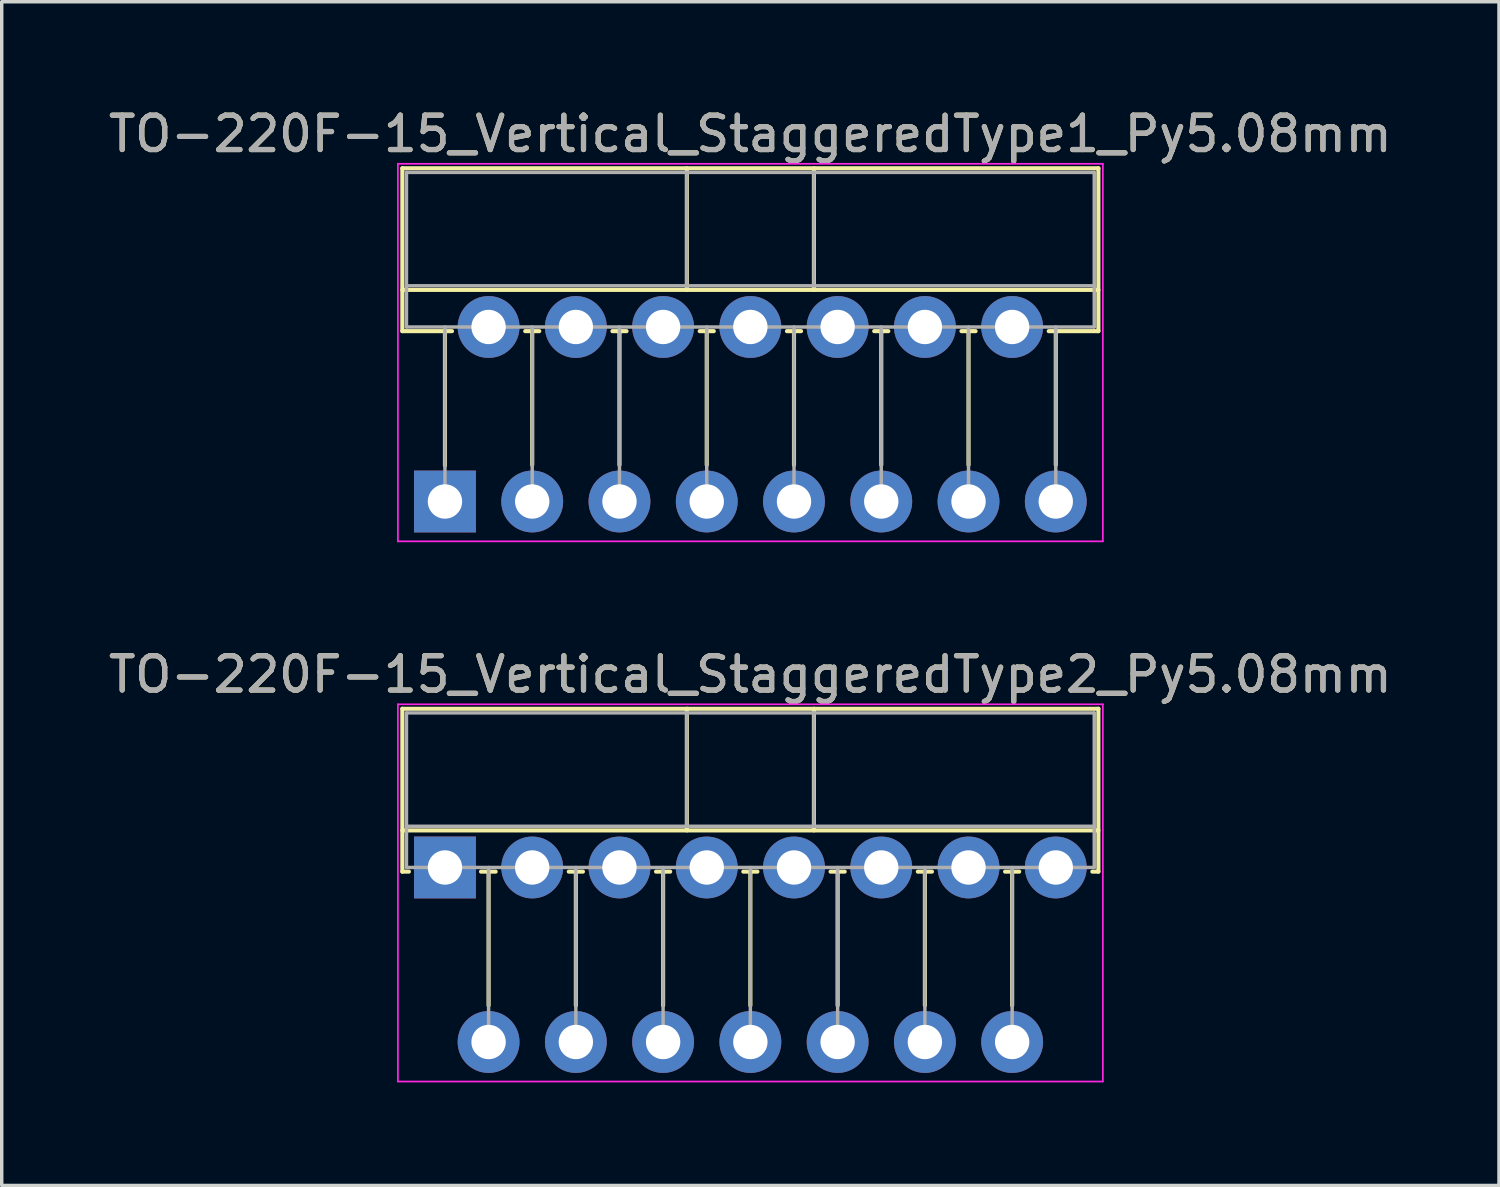
<source format=kicad_pcb>
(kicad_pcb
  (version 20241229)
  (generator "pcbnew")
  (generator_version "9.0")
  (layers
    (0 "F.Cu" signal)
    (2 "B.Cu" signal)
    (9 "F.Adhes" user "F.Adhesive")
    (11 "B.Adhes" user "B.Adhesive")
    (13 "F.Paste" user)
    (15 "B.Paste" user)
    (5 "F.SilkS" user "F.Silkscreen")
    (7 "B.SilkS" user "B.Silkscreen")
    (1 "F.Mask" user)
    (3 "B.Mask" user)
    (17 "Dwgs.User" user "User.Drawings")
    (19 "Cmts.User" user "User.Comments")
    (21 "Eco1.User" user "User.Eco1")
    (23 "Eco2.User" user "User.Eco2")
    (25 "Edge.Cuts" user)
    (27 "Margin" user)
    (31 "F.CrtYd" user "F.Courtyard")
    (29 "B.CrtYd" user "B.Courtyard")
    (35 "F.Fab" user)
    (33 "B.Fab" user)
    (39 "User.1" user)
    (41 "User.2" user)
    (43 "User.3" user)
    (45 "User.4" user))
  (footprint "TO-220F-15_Vertical_StaggeredType1_Py5.08mm"
    (layer "F.Cu")
    (at 9.902 11.548)
    (property "Reference" "TO-220F-15_Vertical_StaggeredType1_Py5.08mm" (at 8.89 -10.7 0) (layer "F.SilkS") (effects (font (size 1 1) (thickness 0.15))))
    (attr through_hole)
    (fp_line (start -1.24 -9.7) (end -1.24 -4.959) (stroke (width 0.12) (type solid)) (layer "F.SilkS"))
    (fp_line (start -1.24 -9.7) (end 19.02 -9.7) (stroke (width 0.12) (type solid)) (layer "F.SilkS"))
    (fp_line (start -1.24 -6.16) (end 19.02 -6.16) (stroke (width 0.12) (type solid)) (layer "F.SilkS"))
    (fp_line (start -1.24 -4.959) (end 0.205 -4.959) (stroke (width 0.12) (type solid)) (layer "F.SilkS"))
    (fp_line (start 0 -4.959) (end 0 -1.05) (stroke (width 0.12) (type solid)) (layer "F.SilkS"))
    (fp_line (start 2.336 -4.959) (end 2.745 -4.959) (stroke (width 0.12) (type solid)) (layer "F.SilkS"))
    (fp_line (start 2.54 -4.959) (end 2.54 -1.065) (stroke (width 0.12) (type solid)) (layer "F.SilkS"))
    (fp_line (start 4.875 -4.959) (end 5.285 -4.959) (stroke (width 0.12) (type solid)) (layer "F.SilkS"))
    (fp_line (start 5.08 -4.959) (end 5.08 -1.065) (stroke (width 0.12) (type solid)) (layer "F.SilkS"))
    (fp_line (start 7.041 -9.7) (end 7.041 -6.16) (stroke (width 0.12) (type solid)) (layer "F.SilkS"))
    (fp_line (start 7.415 -4.959) (end 7.825 -4.959) (stroke (width 0.12) (type solid)) (layer "F.SilkS"))
    (fp_line (start 7.62 -4.959) (end 7.62 -1.065) (stroke (width 0.12) (type solid)) (layer "F.SilkS"))
    (fp_line (start 9.955 -4.959) (end 10.365 -4.959) (stroke (width 0.12) (type solid)) (layer "F.SilkS"))
    (fp_line (start 10.16 -4.959) (end 10.16 -1.065) (stroke (width 0.12) (type solid)) (layer "F.SilkS"))
    (fp_line (start 10.74 -9.7) (end 10.74 -6.16) (stroke (width 0.12) (type solid)) (layer "F.SilkS"))
    (fp_line (start 12.495 -4.959) (end 12.905 -4.959) (stroke (width 0.12) (type solid)) (layer "F.SilkS"))
    (fp_line (start 12.7 -4.959) (end 12.7 -1.065) (stroke (width 0.12) (type solid)) (layer "F.SilkS"))
    (fp_line (start 15.035 -4.959) (end 15.445 -4.959) (stroke (width 0.12) (type solid)) (layer "F.SilkS"))
    (fp_line (start 15.24 -4.959) (end 15.24 -1.065) (stroke (width 0.12) (type solid)) (layer "F.SilkS"))
    (fp_line (start 17.575 -4.959) (end 19.02 -4.959) (stroke (width 0.12) (type solid)) (layer "F.SilkS"))
    (fp_line (start 17.78 -4.959) (end 17.78 -1.065) (stroke (width 0.12) (type solid)) (layer "F.SilkS"))
    (fp_line (start 19.02 -9.7) (end 19.02 -4.959) (stroke (width 0.12) (type solid)) (layer "F.SilkS"))
    (fp_line (start -1.37 -9.83) (end -1.37 1.16) (stroke (width 0.05) (type solid)) (layer "F.CrtYd"))
    (fp_line (start -1.37 1.16) (end 19.15 1.16) (stroke (width 0.05) (type solid)) (layer "F.CrtYd"))
    (fp_line (start 19.15 -9.83) (end -1.37 -9.83) (stroke (width 0.05) (type solid)) (layer "F.CrtYd"))
    (fp_line (start 19.15 1.16) (end 19.15 -9.83) (stroke (width 0.05) (type solid)) (layer "F.CrtYd"))
    (fp_line (start -1.12 -9.58) (end -1.12 -5.08) (stroke (width 0.1) (type solid)) (layer "F.Fab"))
    (fp_line (start -1.12 -6.28) (end 18.9 -6.28) (stroke (width 0.1) (type solid)) (layer "F.Fab"))
    (fp_line (start -1.12 -5.08) (end 18.9 -5.08) (stroke (width 0.1) (type solid)) (layer "F.Fab"))
    (fp_line (start 0 -5.08) (end 0 0) (stroke (width 0.1) (type solid)) (layer "F.Fab"))
    (fp_line (start 2.54 -5.08) (end 2.54 0) (stroke (width 0.1) (type solid)) (layer "F.Fab"))
    (fp_line (start 5.08 -5.08) (end 5.08 0) (stroke (width 0.1) (type solid)) (layer "F.Fab"))
    (fp_line (start 7.04 -9.58) (end 7.04 -6.28) (stroke (width 0.1) (type solid)) (layer "F.Fab"))
    (fp_line (start 7.62 -5.08) (end 7.62 0) (stroke (width 0.1) (type solid)) (layer "F.Fab"))
    (fp_line (start 10.16 -5.08) (end 10.16 0) (stroke (width 0.1) (type solid)) (layer "F.Fab"))
    (fp_line (start 10.74 -9.58) (end 10.74 -6.28) (stroke (width 0.1) (type solid)) (layer "F.Fab"))
    (fp_line (start 12.7 -5.08) (end 12.7 0) (stroke (width 0.1) (type solid)) (layer "F.Fab"))
    (fp_line (start 15.24 -5.08) (end 15.24 0) (stroke (width 0.1) (type solid)) (layer "F.Fab"))
    (fp_line (start 17.78 -5.08) (end 17.78 0) (stroke (width 0.1) (type solid)) (layer "F.Fab"))
    (fp_line (start 18.9 -9.58) (end -1.12 -9.58) (stroke (width 0.1) (type solid)) (layer "F.Fab"))
    (fp_line (start 18.9 -5.08) (end 18.9 -9.58) (stroke (width 0.1) (type solid)) (layer "F.Fab"))
    (fp_text user "${REFERENCE}" (at 8.89 -10.7 0) (layer "F.Fab") (effects (font (size 1 1) (thickness 0.15))))
    (pad "1" thru_hole rect (at 0 0) (size 1.8 1.8) (drill 1) (layers "*.Cu" "*.Mask"))
    (pad "2" thru_hole oval (at 1.27 -5.08) (size 1.8 1.8) (drill 1) (layers "*.Cu" "*.Mask"))
    (pad "3" thru_hole oval (at 2.54 0) (size 1.8 1.8) (drill 1) (layers "*.Cu" "*.Mask"))
    (pad "4" thru_hole oval (at 3.81 -5.08) (size 1.8 1.8) (drill 1) (layers "*.Cu" "*.Mask"))
    (pad "5" thru_hole oval (at 5.08 0) (size 1.8 1.8) (drill 1) (layers "*.Cu" "*.Mask"))
    (pad "6" thru_hole oval (at 6.35 -5.08) (size 1.8 1.8) (drill 1) (layers "*.Cu" "*.Mask"))
    (pad "7" thru_hole oval (at 7.62 0) (size 1.8 1.8) (drill 1) (layers "*.Cu" "*.Mask"))
    (pad "8" thru_hole oval (at 8.89 -5.08) (size 1.8 1.8) (drill 1) (layers "*.Cu" "*.Mask"))
    (pad "9" thru_hole oval (at 10.16 0) (size 1.8 1.8) (drill 1) (layers "*.Cu" "*.Mask"))
    (pad "10" thru_hole oval (at 11.43 -5.08) (size 1.8 1.8) (drill 1) (layers "*.Cu" "*.Mask"))
    (pad "11" thru_hole oval (at 12.7 0) (size 1.8 1.8) (drill 1) (layers "*.Cu" "*.Mask"))
    (pad "12" thru_hole oval (at 13.97 -5.08) (size 1.8 1.8) (drill 1) (layers "*.Cu" "*.Mask"))
    (pad "13" thru_hole oval (at 15.24 0) (size 1.8 1.8) (drill 1) (layers "*.Cu" "*.Mask"))
    (pad "14" thru_hole oval (at 16.51 -5.08) (size 1.8 1.8) (drill 1) (layers "*.Cu" "*.Mask"))
    (pad "15" thru_hole oval (at 17.78 0) (size 1.8 1.8) (drill 1) (layers "*.Cu" "*.Mask")))
  (footprint "TO-220F-15_Vertical_StaggeredType2_Py5.08mm"
    (layer "F.Cu")
    (at 9.902 22.201)
    (property "Reference" "TO-220F-15_Vertical_StaggeredType2_Py5.08mm" (at 8.89 -5.62 0) (layer "F.SilkS") (effects (font (size 1 1) (thickness 0.15))))
    (attr through_hole)
    (fp_line (start -1.24 -4.62) (end -1.24 0.121) (stroke (width 0.12) (type solid)) (layer "F.SilkS"))
    (fp_line (start -1.24 -4.62) (end 19.02 -4.62) (stroke (width 0.12) (type solid)) (layer "F.SilkS"))
    (fp_line (start -1.24 -1.08) (end 19.02 -1.08) (stroke (width 0.12) (type solid)) (layer "F.SilkS"))
    (fp_line (start -1.24 0.121) (end -1.05 0.121) (stroke (width 0.12) (type solid)) (layer "F.SilkS"))
    (fp_line (start 1.05 0.121) (end 1.475 0.121) (stroke (width 0.12) (type solid)) (layer "F.SilkS"))
    (fp_line (start 1.27 0.121) (end 1.27 4.015) (stroke (width 0.12) (type solid)) (layer "F.SilkS"))
    (fp_line (start 3.605 0.121) (end 4.016 0.121) (stroke (width 0.12) (type solid)) (layer "F.SilkS"))
    (fp_line (start 3.81 0.121) (end 3.81 4.015) (stroke (width 0.12) (type solid)) (layer "F.SilkS"))
    (fp_line (start 6.145 0.121) (end 6.555 0.121) (stroke (width 0.12) (type solid)) (layer "F.SilkS"))
    (fp_line (start 6.35 0.121) (end 6.35 4.015) (stroke (width 0.12) (type solid)) (layer "F.SilkS"))
    (fp_line (start 7.041 -4.62) (end 7.041 -1.08) (stroke (width 0.12) (type solid)) (layer "F.SilkS"))
    (fp_line (start 8.685 0.121) (end 9.095 0.121) (stroke (width 0.12) (type solid)) (layer "F.SilkS"))
    (fp_line (start 8.89 0.121) (end 8.89 4.015) (stroke (width 0.12) (type solid)) (layer "F.SilkS"))
    (fp_line (start 10.74 -4.62) (end 10.74 -1.08) (stroke (width 0.12) (type solid)) (layer "F.SilkS"))
    (fp_line (start 11.225 0.121) (end 11.635 0.121) (stroke (width 0.12) (type solid)) (layer "F.SilkS"))
    (fp_line (start 11.43 0.121) (end 11.43 4.015) (stroke (width 0.12) (type solid)) (layer "F.SilkS"))
    (fp_line (start 13.765 0.121) (end 14.175 0.121) (stroke (width 0.12) (type solid)) (layer "F.SilkS"))
    (fp_line (start 13.97 0.121) (end 13.97 4.015) (stroke (width 0.12) (type solid)) (layer "F.SilkS"))
    (fp_line (start 16.305 0.121) (end 16.715 0.121) (stroke (width 0.12) (type solid)) (layer "F.SilkS"))
    (fp_line (start 16.51 0.121) (end 16.51 4.015) (stroke (width 0.12) (type solid)) (layer "F.SilkS"))
    (fp_line (start 18.845 0.121) (end 19.02 0.121) (stroke (width 0.12) (type solid)) (layer "F.SilkS"))
    (fp_line (start 19.02 -4.62) (end 19.02 0.121) (stroke (width 0.12) (type solid)) (layer "F.SilkS"))
    (fp_line (start -1.37 -4.75) (end -1.37 6.23) (stroke (width 0.05) (type solid)) (layer "F.CrtYd"))
    (fp_line (start -1.37 6.23) (end 19.15 6.23) (stroke (width 0.05) (type solid)) (layer "F.CrtYd"))
    (fp_line (start 19.15 -4.75) (end -1.37 -4.75) (stroke (width 0.05) (type solid)) (layer "F.CrtYd"))
    (fp_line (start 19.15 6.23) (end 19.15 -4.75) (stroke (width 0.05) (type solid)) (layer "F.CrtYd"))
    (fp_line (start -1.12 -4.5) (end -1.12 0) (stroke (width 0.1) (type solid)) (layer "F.Fab"))
    (fp_line (start -1.12 -1.2) (end 18.9 -1.2) (stroke (width 0.1) (type solid)) (layer "F.Fab"))
    (fp_line (start -1.12 0) (end 18.9 0) (stroke (width 0.1) (type solid)) (layer "F.Fab"))
    (fp_line (start 1.27 0) (end 1.27 5.08) (stroke (width 0.1) (type solid)) (layer "F.Fab"))
    (fp_line (start 3.81 0) (end 3.81 5.08) (stroke (width 0.1) (type solid)) (layer "F.Fab"))
    (fp_line (start 6.35 0) (end 6.35 5.08) (stroke (width 0.1) (type solid)) (layer "F.Fab"))
    (fp_line (start 7.04 -4.5) (end 7.04 -1.2) (stroke (width 0.1) (type solid)) (layer "F.Fab"))
    (fp_line (start 8.89 0) (end 8.89 5.08) (stroke (width 0.1) (type solid)) (layer "F.Fab"))
    (fp_line (start 10.74 -4.5) (end 10.74 -1.2) (stroke (width 0.1) (type solid)) (layer "F.Fab"))
    (fp_line (start 11.43 0) (end 11.43 5.08) (stroke (width 0.1) (type solid)) (layer "F.Fab"))
    (fp_line (start 13.97 0) (end 13.97 5.08) (stroke (width 0.1) (type solid)) (layer "F.Fab"))
    (fp_line (start 16.51 0) (end 16.51 5.08) (stroke (width 0.1) (type solid)) (layer "F.Fab"))
    (fp_line (start 18.9 -4.5) (end -1.12 -4.5) (stroke (width 0.1) (type solid)) (layer "F.Fab"))
    (fp_line (start 18.9 0) (end 18.9 -4.5) (stroke (width 0.1) (type solid)) (layer "F.Fab"))
    (fp_text user "${REFERENCE}" (at 8.89 -5.62 0) (layer "F.Fab") (effects (font (size 1 1) (thickness 0.15))))
    (pad "1" thru_hole rect (at 0 0) (size 1.8 1.8) (drill 1) (layers "*.Cu" "*.Mask"))
    (pad "2" thru_hole oval (at 1.27 5.08) (size 1.8 1.8) (drill 1) (layers "*.Cu" "*.Mask"))
    (pad "3" thru_hole oval (at 2.54 0) (size 1.8 1.8) (drill 1) (layers "*.Cu" "*.Mask"))
    (pad "4" thru_hole oval (at 3.81 5.08) (size 1.8 1.8) (drill 1) (layers "*.Cu" "*.Mask"))
    (pad "5" thru_hole oval (at 5.08 0) (size 1.8 1.8) (drill 1) (layers "*.Cu" "*.Mask"))
    (pad "6" thru_hole oval (at 6.35 5.08) (size 1.8 1.8) (drill 1) (layers "*.Cu" "*.Mask"))
    (pad "7" thru_hole oval (at 7.62 0) (size 1.8 1.8) (drill 1) (layers "*.Cu" "*.Mask"))
    (pad "8" thru_hole oval (at 8.89 5.08) (size 1.8 1.8) (drill 1) (layers "*.Cu" "*.Mask"))
    (pad "9" thru_hole oval (at 10.16 0) (size 1.8 1.8) (drill 1) (layers "*.Cu" "*.Mask"))
    (pad "10" thru_hole oval (at 11.43 5.08) (size 1.8 1.8) (drill 1) (layers "*.Cu" "*.Mask"))
    (pad "11" thru_hole oval (at 12.7 0) (size 1.8 1.8) (drill 1) (layers "*.Cu" "*.Mask"))
    (pad "12" thru_hole oval (at 13.97 5.08) (size 1.8 1.8) (drill 1) (layers "*.Cu" "*.Mask"))
    (pad "13" thru_hole oval (at 15.24 0) (size 1.8 1.8) (drill 1) (layers "*.Cu" "*.Mask"))
    (pad "14" thru_hole oval (at 16.51 5.08) (size 1.8 1.8) (drill 1) (layers "*.Cu" "*.Mask"))
    (pad "15" thru_hole oval (at 17.78 0) (size 1.8 1.8) (drill 1) (layers "*.Cu" "*.Mask")))
  (gr_rect
    (start -3 -3)
    (end 40.583 31.456)
    (stroke (width 0.1) (type default))
    (fill no)
    (layer "Edge.Cuts")))
</source>
